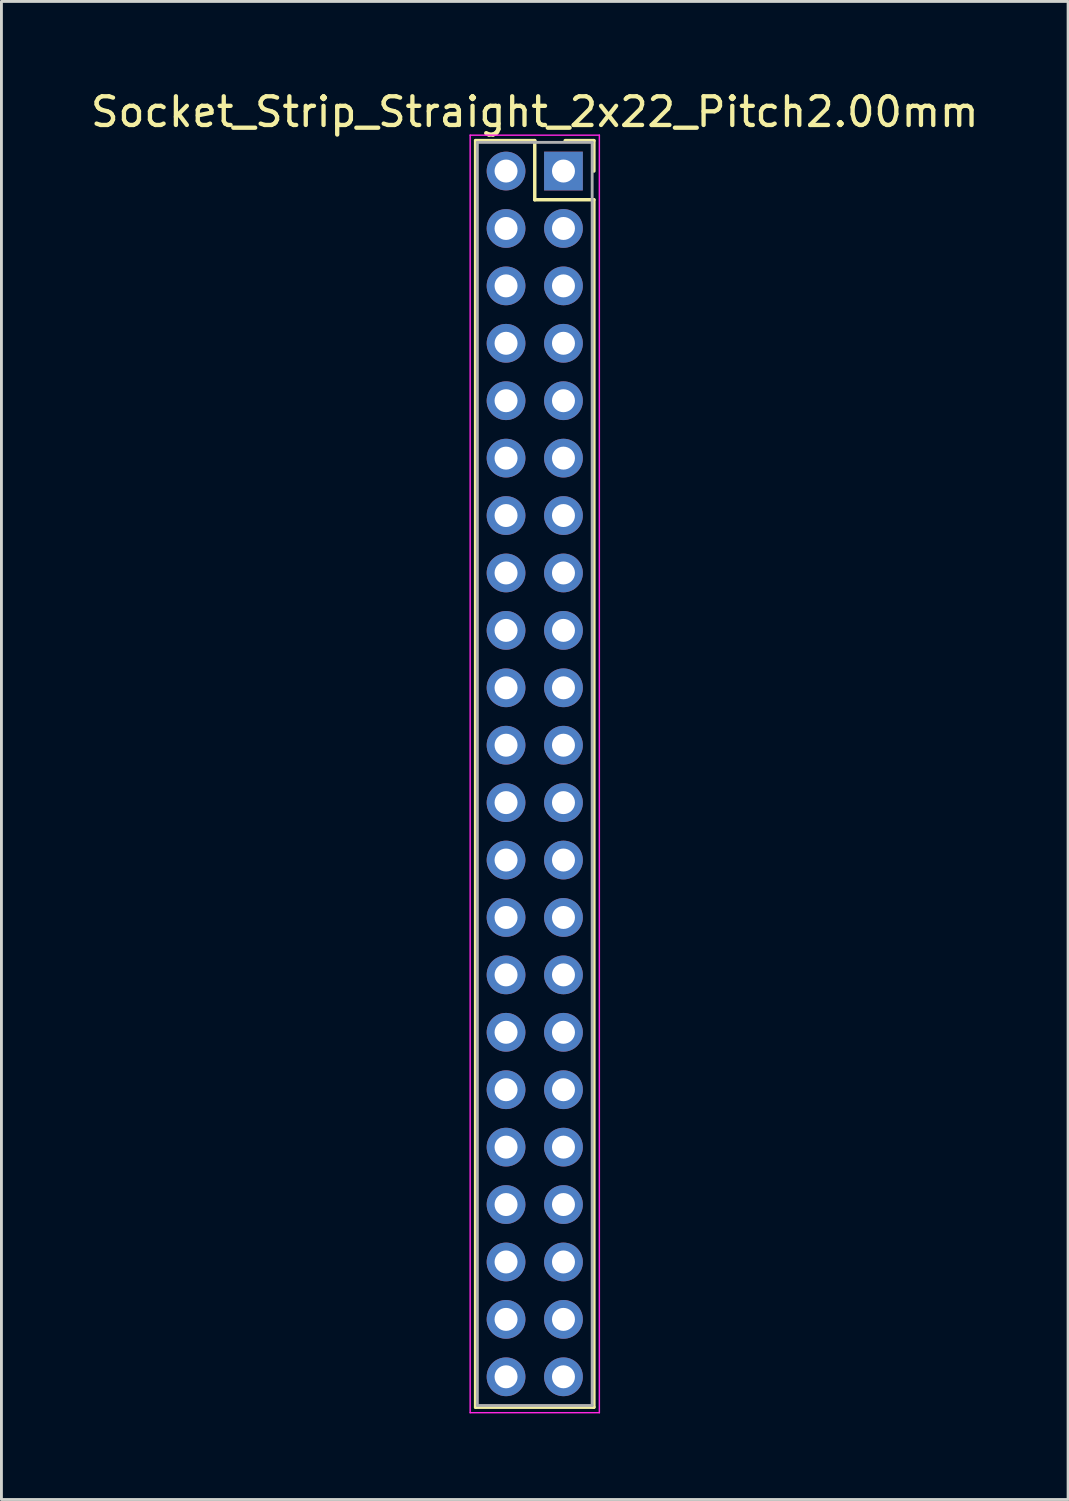
<source format=kicad_pcb>
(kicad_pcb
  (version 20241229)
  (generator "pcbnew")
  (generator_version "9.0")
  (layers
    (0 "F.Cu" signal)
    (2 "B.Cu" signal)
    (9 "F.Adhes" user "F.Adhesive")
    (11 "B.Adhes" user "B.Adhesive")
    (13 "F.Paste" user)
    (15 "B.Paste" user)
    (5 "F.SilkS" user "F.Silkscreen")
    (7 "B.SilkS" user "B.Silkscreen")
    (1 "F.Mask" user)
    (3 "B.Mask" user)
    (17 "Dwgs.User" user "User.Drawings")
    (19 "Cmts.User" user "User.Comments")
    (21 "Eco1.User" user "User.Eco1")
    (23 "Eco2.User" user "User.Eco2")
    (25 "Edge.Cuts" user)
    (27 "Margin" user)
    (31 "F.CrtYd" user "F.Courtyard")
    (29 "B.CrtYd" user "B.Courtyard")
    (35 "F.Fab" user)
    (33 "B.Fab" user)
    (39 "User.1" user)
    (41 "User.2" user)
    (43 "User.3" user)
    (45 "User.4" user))
  (footprint "Socket_Strip_Straight_2x22_Pitch2.00mm"
    (layer "F.Cu")
    (at 16.577 2.908)
    (property "Reference" "Socket_Strip_Straight_2x22_Pitch2.00mm" (at -1 -2.06 0) (layer "F.SilkS") (effects (font (size 1 1) (thickness 0.15))))
    (attr through_hole)
    (fp_line (start -3.06 -1.06) (end -1 -1.06) (stroke (width 0.12) (type solid)) (layer "F.SilkS"))
    (fp_line (start -3.06 43.06) (end -3.06 -1.06) (stroke (width 0.12) (type solid)) (layer "F.SilkS"))
    (fp_line (start -1 -1.06) (end -1 1) (stroke (width 0.12) (type solid)) (layer "F.SilkS"))
    (fp_line (start -1 1) (end 1.06 1) (stroke (width 0.12) (type solid)) (layer "F.SilkS"))
    (fp_line (start 1.06 -1.06) (end 0.06 -1.06) (stroke (width 0.12) (type solid)) (layer "F.SilkS"))
    (fp_line (start 1.06 0) (end 1.06 -1.06) (stroke (width 0.12) (type solid)) (layer "F.SilkS"))
    (fp_line (start 1.06 1) (end 1.06 43.06) (stroke (width 0.12) (type solid)) (layer "F.SilkS"))
    (fp_line (start 1.06 43.06) (end -3.06 43.06) (stroke (width 0.12) (type solid)) (layer "F.SilkS"))
    (fp_line (start -3.25 -1.25) (end -3.25 43.25) (stroke (width 0.05) (type solid)) (layer "F.CrtYd"))
    (fp_line (start -3.25 43.25) (end 1.25 43.25) (stroke (width 0.05) (type solid)) (layer "F.CrtYd"))
    (fp_line (start 1.25 -1.25) (end -3.25 -1.25) (stroke (width 0.05) (type solid)) (layer "F.CrtYd"))
    (fp_line (start 1.25 43.25) (end 1.25 -1.25) (stroke (width 0.05) (type solid)) (layer "F.CrtYd"))
    (fp_line (start -3 -1) (end -3 43) (stroke (width 0.1) (type solid)) (layer "F.Fab"))
    (fp_line (start -3 43) (end 1 43) (stroke (width 0.1) (type solid)) (layer "F.Fab"))
    (fp_line (start 1 -1) (end -3 -1) (stroke (width 0.1) (type solid)) (layer "F.Fab"))
    (fp_line (start 1 43) (end 1 -1) (stroke (width 0.1) (type solid)) (layer "F.Fab"))
    (pad "1" thru_hole rect (at 0 0) (size 1.35 1.35) (drill 0.8) (layers "*.Cu" "*.Mask"))
    (pad "2" thru_hole oval (at -2 0) (size 1.35 1.35) (drill 0.8) (layers "*.Cu" "*.Mask"))
    (pad "3" thru_hole oval (at 0 2) (size 1.35 1.35) (drill 0.8) (layers "*.Cu" "*.Mask"))
    (pad "4" thru_hole oval (at -2 2) (size 1.35 1.35) (drill 0.8) (layers "*.Cu" "*.Mask"))
    (pad "5" thru_hole oval (at 0 4) (size 1.35 1.35) (drill 0.8) (layers "*.Cu" "*.Mask"))
    (pad "6" thru_hole oval (at -2 4) (size 1.35 1.35) (drill 0.8) (layers "*.Cu" "*.Mask"))
    (pad "7" thru_hole oval (at 0 6) (size 1.35 1.35) (drill 0.8) (layers "*.Cu" "*.Mask"))
    (pad "8" thru_hole oval (at -2 6) (size 1.35 1.35) (drill 0.8) (layers "*.Cu" "*.Mask"))
    (pad "9" thru_hole oval (at 0 8) (size 1.35 1.35) (drill 0.8) (layers "*.Cu" "*.Mask"))
    (pad "10" thru_hole oval (at -2 8) (size 1.35 1.35) (drill 0.8) (layers "*.Cu" "*.Mask"))
    (pad "11" thru_hole oval (at 0 10) (size 1.35 1.35) (drill 0.8) (layers "*.Cu" "*.Mask"))
    (pad "12" thru_hole oval (at -2 10) (size 1.35 1.35) (drill 0.8) (layers "*.Cu" "*.Mask"))
    (pad "13" thru_hole oval (at 0 12) (size 1.35 1.35) (drill 0.8) (layers "*.Cu" "*.Mask"))
    (pad "14" thru_hole oval (at -2 12) (size 1.35 1.35) (drill 0.8) (layers "*.Cu" "*.Mask"))
    (pad "15" thru_hole oval (at 0 14) (size 1.35 1.35) (drill 0.8) (layers "*.Cu" "*.Mask"))
    (pad "16" thru_hole oval (at -2 14) (size 1.35 1.35) (drill 0.8) (layers "*.Cu" "*.Mask"))
    (pad "17" thru_hole oval (at 0 16) (size 1.35 1.35) (drill 0.8) (layers "*.Cu" "*.Mask"))
    (pad "18" thru_hole oval (at -2 16) (size 1.35 1.35) (drill 0.8) (layers "*.Cu" "*.Mask"))
    (pad "19" thru_hole oval (at 0 18) (size 1.35 1.35) (drill 0.8) (layers "*.Cu" "*.Mask"))
    (pad "20" thru_hole oval (at -2 18) (size 1.35 1.35) (drill 0.8) (layers "*.Cu" "*.Mask"))
    (pad "21" thru_hole oval (at 0 20) (size 1.35 1.35) (drill 0.8) (layers "*.Cu" "*.Mask"))
    (pad "22" thru_hole oval (at -2 20) (size 1.35 1.35) (drill 0.8) (layers "*.Cu" "*.Mask"))
    (pad "23" thru_hole oval (at 0 22) (size 1.35 1.35) (drill 0.8) (layers "*.Cu" "*.Mask"))
    (pad "24" thru_hole oval (at -2 22) (size 1.35 1.35) (drill 0.8) (layers "*.Cu" "*.Mask"))
    (pad "25" thru_hole oval (at 0 24) (size 1.35 1.35) (drill 0.8) (layers "*.Cu" "*.Mask"))
    (pad "26" thru_hole oval (at -2 24) (size 1.35 1.35) (drill 0.8) (layers "*.Cu" "*.Mask"))
    (pad "27" thru_hole oval (at 0 26) (size 1.35 1.35) (drill 0.8) (layers "*.Cu" "*.Mask"))
    (pad "28" thru_hole oval (at -2 26) (size 1.35 1.35) (drill 0.8) (layers "*.Cu" "*.Mask"))
    (pad "29" thru_hole oval (at 0 28) (size 1.35 1.35) (drill 0.8) (layers "*.Cu" "*.Mask"))
    (pad "30" thru_hole oval (at -2 28) (size 1.35 1.35) (drill 0.8) (layers "*.Cu" "*.Mask"))
    (pad "31" thru_hole oval (at 0 30) (size 1.35 1.35) (drill 0.8) (layers "*.Cu" "*.Mask"))
    (pad "32" thru_hole oval (at -2 30) (size 1.35 1.35) (drill 0.8) (layers "*.Cu" "*.Mask"))
    (pad "33" thru_hole oval (at 0 32) (size 1.35 1.35) (drill 0.8) (layers "*.Cu" "*.Mask"))
    (pad "34" thru_hole oval (at -2 32) (size 1.35 1.35) (drill 0.8) (layers "*.Cu" "*.Mask"))
    (pad "35" thru_hole oval (at 0 34) (size 1.35 1.35) (drill 0.8) (layers "*.Cu" "*.Mask"))
    (pad "36" thru_hole oval (at -2 34) (size 1.35 1.35) (drill 0.8) (layers "*.Cu" "*.Mask"))
    (pad "37" thru_hole oval (at 0 36) (size 1.35 1.35) (drill 0.8) (layers "*.Cu" "*.Mask"))
    (pad "38" thru_hole oval (at -2 36) (size 1.35 1.35) (drill 0.8) (layers "*.Cu" "*.Mask"))
    (pad "39" thru_hole oval (at 0 38) (size 1.35 1.35) (drill 0.8) (layers "*.Cu" "*.Mask"))
    (pad "40" thru_hole oval (at -2 38) (size 1.35 1.35) (drill 0.8) (layers "*.Cu" "*.Mask"))
    (pad "41" thru_hole oval (at 0 40) (size 1.35 1.35) (drill 0.8) (layers "*.Cu" "*.Mask"))
    (pad "42" thru_hole oval (at -2 40) (size 1.35 1.35) (drill 0.8) (layers "*.Cu" "*.Mask"))
    (pad "43" thru_hole oval (at 0 42) (size 1.35 1.35) (drill 0.8) (layers "*.Cu" "*.Mask"))
    (pad "44" thru_hole oval (at -2 42) (size 1.35 1.35) (drill 0.8) (layers "*.Cu" "*.Mask")))
  (gr_rect
    (start -3 -3)
    (end 34.155 49.183)
    (stroke (width 0.1) (type default))
    (fill no)
    (layer "Edge.Cuts")))
</source>
